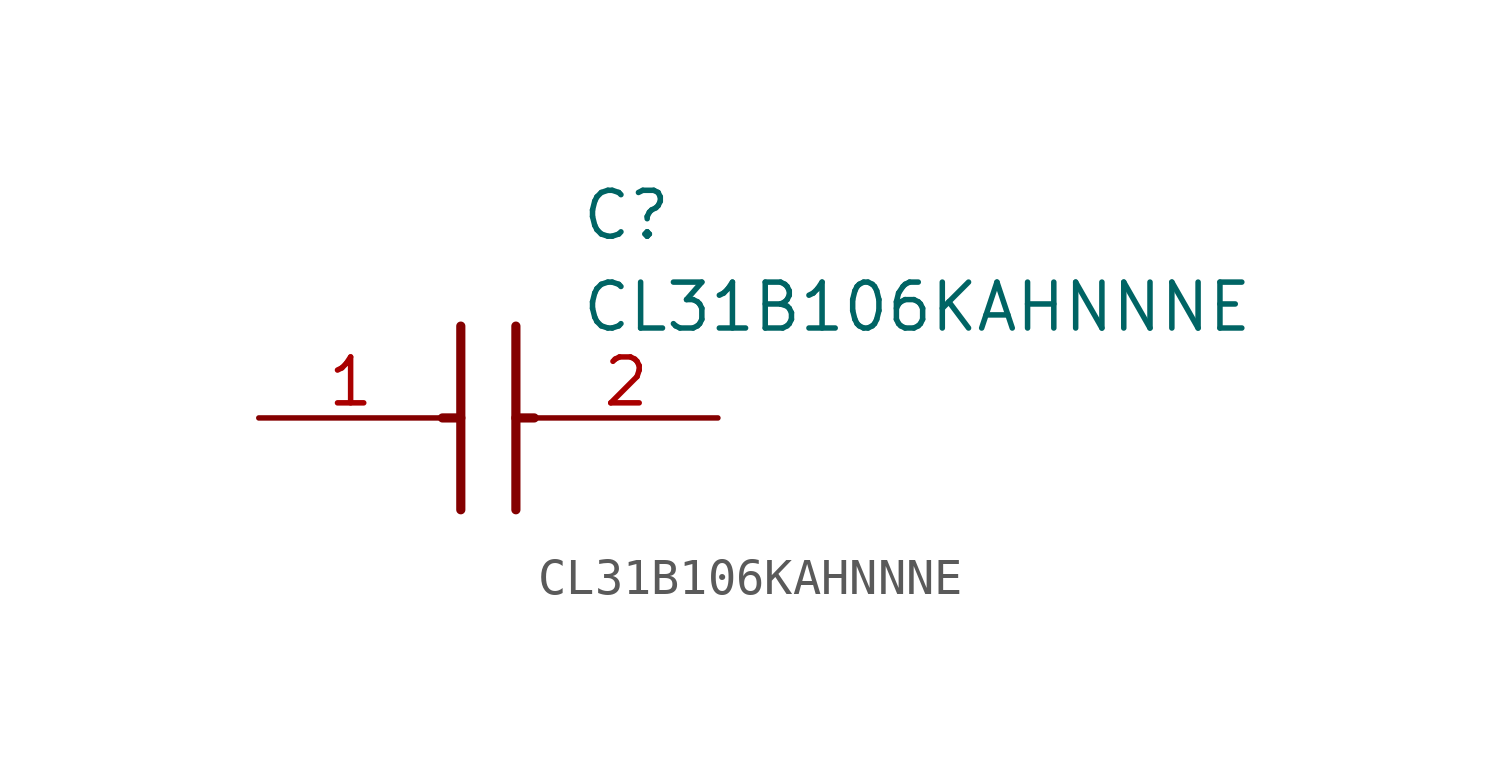
<source format=kicad_sym>
(kicad_symbol_lib
  (version 20211014)
  (generator SamacSys_ECAD_Model)
  (symbol "CL31B106KAHNNNE"
    (pin_names hide)
    (property "Reference" "C"
      (at 8.89 6.35 0)
      (effects (font (size 1.27 1.27)) (justify left top)))
    (property "Value" "CL31B106KAHNNNE"
      (at 8.89 3.81 0)
      (effects (font (size 1.27 1.27)) (justify left top)))
    (polyline
      (pts (xy 5.588 2.54) (xy 5.588 -2.54))
      (stroke (width 0.254) (type default))
      (fill (type none)))
    (polyline
      (pts (xy 7.112 2.54) (xy 7.112 -2.54))
      (stroke (width 0.254) (type default))
      (fill (type none)))
    (polyline
      (pts (xy 5.08 0) (xy 5.588 0))
      (stroke (width 0.254) (type default))
      (fill (type none)))
    (polyline
      (pts (xy 7.112 0) (xy 7.62 0))
      (stroke (width 0.254) (type default))
      (fill (type none)))
    (pin passive line
      (at 0 0 0)
      (length 5.08)
      (name "1" (effects (font (size 1.27 1.27))))
      (number "1" (effects (font (size 1.27 1.27)))))
    (pin passive line
      (at 12.7 0 180)
      (length 5.08)
      (name "2" (effects (font (size 1.27 1.27))))
      (number "2" (effects (font (size 1.27 1.27)))))))
</source>
